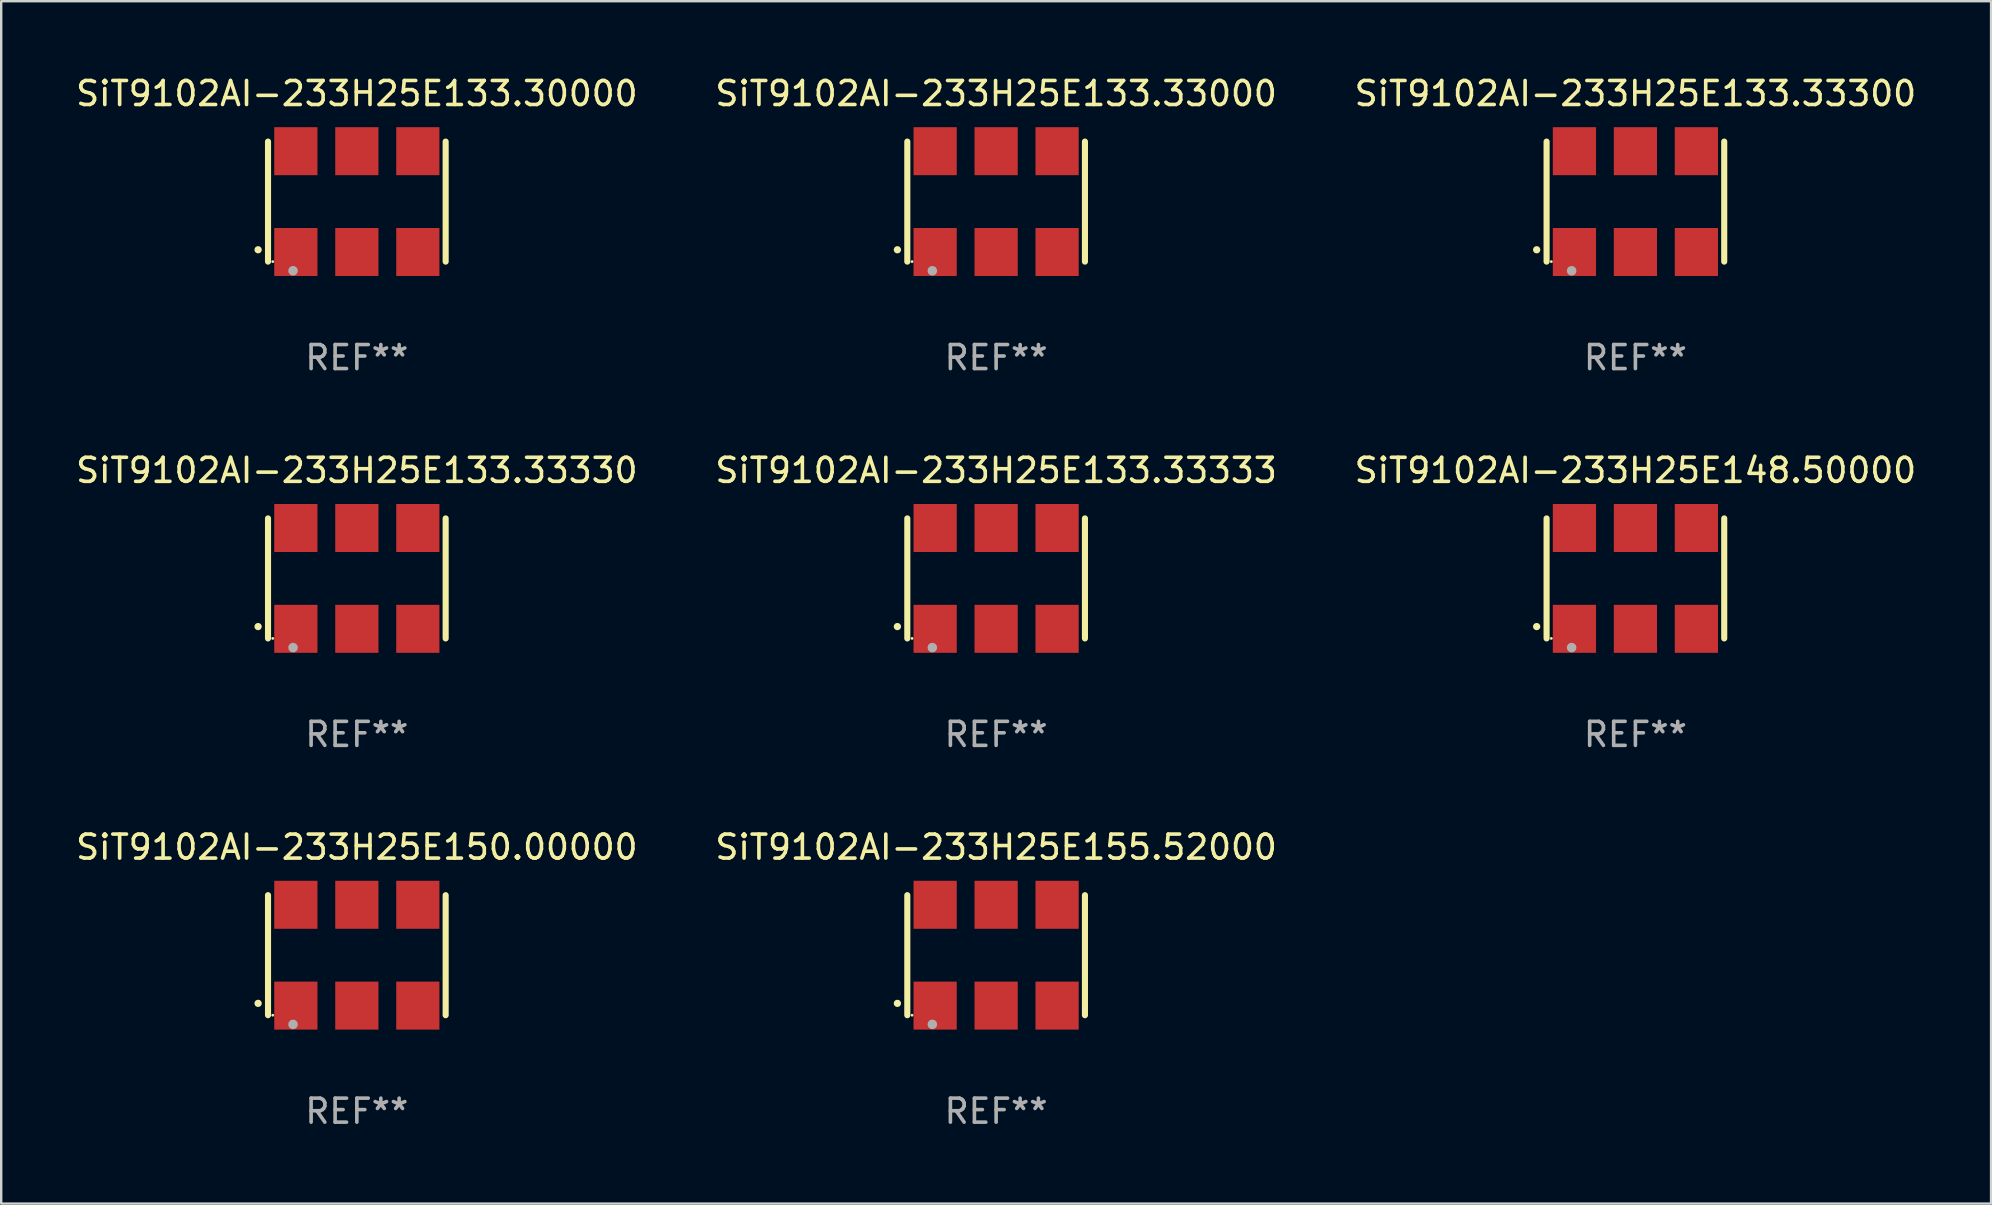
<source format=kicad_pcb>
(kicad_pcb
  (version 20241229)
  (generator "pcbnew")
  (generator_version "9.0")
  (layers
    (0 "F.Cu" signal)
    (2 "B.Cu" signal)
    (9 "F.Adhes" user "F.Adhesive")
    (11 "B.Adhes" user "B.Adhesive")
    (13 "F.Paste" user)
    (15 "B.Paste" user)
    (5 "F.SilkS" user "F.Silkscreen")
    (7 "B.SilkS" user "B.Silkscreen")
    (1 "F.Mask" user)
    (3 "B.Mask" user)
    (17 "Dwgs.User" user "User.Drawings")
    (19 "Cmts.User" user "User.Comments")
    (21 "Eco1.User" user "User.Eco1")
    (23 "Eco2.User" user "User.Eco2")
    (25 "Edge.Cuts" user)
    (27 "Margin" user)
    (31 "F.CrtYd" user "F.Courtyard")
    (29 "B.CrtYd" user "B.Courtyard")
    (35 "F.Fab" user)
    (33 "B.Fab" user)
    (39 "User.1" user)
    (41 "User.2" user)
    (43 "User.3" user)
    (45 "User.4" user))
  (footprint "SiT9102AI-233H25E133.33330"
    (layer "F.Cu")
    (at 11.815 21.045)
    (property "Reference" "SiT9102AI-233H25E133.33330" (at 0 -4.5 0) (layer "F.SilkS") (effects (font (size 1 1) (thickness 0.15))))
    (attr through_hole)
    (fp_line (start -3.7 -2.5) (end -3.7 2.5) (stroke (width 0.254) (type solid)) (layer "F.SilkS"))
    (fp_line (start 3.7 -2.5) (end 3.7 2.5) (stroke (width 0.254) (type solid)) (layer "F.SilkS"))
    (fp_arc (start -4.114415 2.006604) (mid -4.113145 2.006599) (end -4.111875 2.006604) (stroke (width 0.3) (type solid)) (layer "F.SilkS"))
    (fp_circle (center -3.502 2.5) (end -3.472 2.5) (stroke (width 0.06) (type solid)) (fill no) (layer "F.SilkS"))
    (fp_circle (center -2.657 2.882) (end -2.557 2.882) (stroke (width 0.2) (type solid)) (fill no) (layer "F.Fab"))
    (fp_text user "REF**" (at 0 6.5 0) (layer "F.Fab") (effects (font (size 1 1) (thickness 0.15))))
    (pad "1" smd rect (at -2.54 2.1) (size 1.8 2) (layers "F.Cu" "F.Mask" "F.Paste"))
    (pad "2" smd rect (at 0.000394 2.1) (size 1.8 2) (layers "F.Cu" "F.Mask" "F.Paste"))
    (pad "3" smd rect (at 2.54 2.1) (size 1.8 2) (layers "F.Cu" "F.Mask" "F.Paste"))
    (pad "4" smd rect (at 2.54 -2.1) (size 1.8 2) (layers "F.Cu" "F.Mask" "F.Paste"))
    (pad "5" smd rect (at 0.000394 -2.1) (size 1.8 2) (layers "F.Cu" "F.Mask" "F.Paste"))
    (pad "6" smd rect (at -2.54 -2.1) (size 1.8 2) (layers "F.Cu" "F.Mask" "F.Paste")))
  (footprint "SiT9102AI-233H25E133.30000"
    (layer "F.Cu")
    (at 11.815 5.348)
    (property "Reference" "SiT9102AI-233H25E133.30000" (at 0 -4.5 0) (layer "F.SilkS") (effects (font (size 1 1) (thickness 0.15))))
    (attr through_hole)
    (fp_line (start -3.7 -2.5) (end -3.7 2.5) (stroke (width 0.254) (type solid)) (layer "F.SilkS"))
    (fp_line (start 3.7 -2.5) (end 3.7 2.5) (stroke (width 0.254) (type solid)) (layer "F.SilkS"))
    (fp_arc (start -4.114415 2.006604) (mid -4.113145 2.006599) (end -4.111875 2.006604) (stroke (width 0.3) (type solid)) (layer "F.SilkS"))
    (fp_circle (center -3.502 2.5) (end -3.472 2.5) (stroke (width 0.06) (type solid)) (fill no) (layer "F.SilkS"))
    (fp_circle (center -2.657 2.882) (end -2.557 2.882) (stroke (width 0.2) (type solid)) (fill no) (layer "F.Fab"))
    (fp_text user "REF**" (at 0 6.5 0) (layer "F.Fab") (effects (font (size 1 1) (thickness 0.15))))
    (pad "1" smd rect (at -2.54 2.1) (size 1.8 2) (layers "F.Cu" "F.Mask" "F.Paste"))
    (pad "2" smd rect (at 0.000394 2.1) (size 1.8 2) (layers "F.Cu" "F.Mask" "F.Paste"))
    (pad "3" smd rect (at 2.54 2.1) (size 1.8 2) (layers "F.Cu" "F.Mask" "F.Paste"))
    (pad "4" smd rect (at 2.54 -2.1) (size 1.8 2) (layers "F.Cu" "F.Mask" "F.Paste"))
    (pad "5" smd rect (at 0.000394 -2.1) (size 1.8 2) (layers "F.Cu" "F.Mask" "F.Paste"))
    (pad "6" smd rect (at -2.54 -2.1) (size 1.8 2) (layers "F.Cu" "F.Mask" "F.Paste")))
  (footprint "SiT9102AI-233H25E133.33300"
    (layer "F.Cu")
    (at 65.077 5.348)
    (property "Reference" "SiT9102AI-233H25E133.33300" (at 0 -4.5 0) (layer "F.SilkS") (effects (font (size 1 1) (thickness 0.15))))
    (attr through_hole)
    (fp_line (start -3.7 -2.5) (end -3.7 2.5) (stroke (width 0.254) (type solid)) (layer "F.SilkS"))
    (fp_line (start 3.7 -2.5) (end 3.7 2.5) (stroke (width 0.254) (type solid)) (layer "F.SilkS"))
    (fp_arc (start -4.114415 2.006604) (mid -4.113145 2.006599) (end -4.111875 2.006604) (stroke (width 0.3) (type solid)) (layer "F.SilkS"))
    (fp_circle (center -3.502 2.5) (end -3.472 2.5) (stroke (width 0.06) (type solid)) (fill no) (layer "F.SilkS"))
    (fp_circle (center -2.657 2.882) (end -2.557 2.882) (stroke (width 0.2) (type solid)) (fill no) (layer "F.Fab"))
    (fp_text user "REF**" (at 0 6.5 0) (layer "F.Fab") (effects (font (size 1 1) (thickness 0.15))))
    (pad "1" smd rect (at -2.54 2.1) (size 1.8 2) (layers "F.Cu" "F.Mask" "F.Paste"))
    (pad "2" smd rect (at 0.000394 2.1) (size 1.8 2) (layers "F.Cu" "F.Mask" "F.Paste"))
    (pad "3" smd rect (at 2.54 2.1) (size 1.8 2) (layers "F.Cu" "F.Mask" "F.Paste"))
    (pad "4" smd rect (at 2.54 -2.1) (size 1.8 2) (layers "F.Cu" "F.Mask" "F.Paste"))
    (pad "5" smd rect (at 0.000394 -2.1) (size 1.8 2) (layers "F.Cu" "F.Mask" "F.Paste"))
    (pad "6" smd rect (at -2.54 -2.1) (size 1.8 2) (layers "F.Cu" "F.Mask" "F.Paste")))
  (footprint "SiT9102AI-233H25E148.50000"
    (layer "F.Cu")
    (at 65.077 21.045)
    (property "Reference" "SiT9102AI-233H25E148.50000" (at 0 -4.5 0) (layer "F.SilkS") (effects (font (size 1 1) (thickness 0.15))))
    (attr through_hole)
    (fp_line (start -3.7 -2.5) (end -3.7 2.5) (stroke (width 0.254) (type solid)) (layer "F.SilkS"))
    (fp_line (start 3.7 -2.5) (end 3.7 2.5) (stroke (width 0.254) (type solid)) (layer "F.SilkS"))
    (fp_arc (start -4.114415 2.006604) (mid -4.113145 2.006599) (end -4.111875 2.006604) (stroke (width 0.3) (type solid)) (layer "F.SilkS"))
    (fp_circle (center -3.502 2.5) (end -3.472 2.5) (stroke (width 0.06) (type solid)) (fill no) (layer "F.SilkS"))
    (fp_circle (center -2.657 2.882) (end -2.557 2.882) (stroke (width 0.2) (type solid)) (fill no) (layer "F.Fab"))
    (fp_text user "REF**" (at 0 6.5 0) (layer "F.Fab") (effects (font (size 1 1) (thickness 0.15))))
    (pad "1" smd rect (at -2.54 2.1) (size 1.8 2) (layers "F.Cu" "F.Mask" "F.Paste"))
    (pad "2" smd rect (at 0.000394 2.1) (size 1.8 2) (layers "F.Cu" "F.Mask" "F.Paste"))
    (pad "3" smd rect (at 2.54 2.1) (size 1.8 2) (layers "F.Cu" "F.Mask" "F.Paste"))
    (pad "4" smd rect (at 2.54 -2.1) (size 1.8 2) (layers "F.Cu" "F.Mask" "F.Paste"))
    (pad "5" smd rect (at 0.000394 -2.1) (size 1.8 2) (layers "F.Cu" "F.Mask" "F.Paste"))
    (pad "6" smd rect (at -2.54 -2.1) (size 1.8 2) (layers "F.Cu" "F.Mask" "F.Paste")))
  (footprint "SiT9102AI-233H25E155.52000"
    (layer "F.Cu")
    (at 38.446 36.741)
    (property "Reference" "SiT9102AI-233H25E155.52000" (at 0 -4.5 0) (layer "F.SilkS") (effects (font (size 1 1) (thickness 0.15))))
    (attr through_hole)
    (fp_line (start -3.7 -2.5) (end -3.7 2.5) (stroke (width 0.254) (type solid)) (layer "F.SilkS"))
    (fp_line (start 3.7 -2.5) (end 3.7 2.5) (stroke (width 0.254) (type solid)) (layer "F.SilkS"))
    (fp_arc (start -4.114415 2.006604) (mid -4.113145 2.006599) (end -4.111875 2.006604) (stroke (width 0.3) (type solid)) (layer "F.SilkS"))
    (fp_circle (center -3.502 2.5) (end -3.472 2.5) (stroke (width 0.06) (type solid)) (fill no) (layer "F.SilkS"))
    (fp_circle (center -2.657 2.882) (end -2.557 2.882) (stroke (width 0.2) (type solid)) (fill no) (layer "F.Fab"))
    (fp_text user "REF**" (at 0 6.5 0) (layer "F.Fab") (effects (font (size 1 1) (thickness 0.15))))
    (pad "1" smd rect (at -2.54 2.1) (size 1.8 2) (layers "F.Cu" "F.Mask" "F.Paste"))
    (pad "2" smd rect (at 0.000394 2.1) (size 1.8 2) (layers "F.Cu" "F.Mask" "F.Paste"))
    (pad "3" smd rect (at 2.54 2.1) (size 1.8 2) (layers "F.Cu" "F.Mask" "F.Paste"))
    (pad "4" smd rect (at 2.54 -2.1) (size 1.8 2) (layers "F.Cu" "F.Mask" "F.Paste"))
    (pad "5" smd rect (at 0.000394 -2.1) (size 1.8 2) (layers "F.Cu" "F.Mask" "F.Paste"))
    (pad "6" smd rect (at -2.54 -2.1) (size 1.8 2) (layers "F.Cu" "F.Mask" "F.Paste")))
  (footprint "SiT9102AI-233H25E133.33000"
    (layer "F.Cu")
    (at 38.446 5.348)
    (property "Reference" "SiT9102AI-233H25E133.33000" (at 0 -4.5 0) (layer "F.SilkS") (effects (font (size 1 1) (thickness 0.15))))
    (attr through_hole)
    (fp_line (start -3.7 -2.5) (end -3.7 2.5) (stroke (width 0.254) (type solid)) (layer "F.SilkS"))
    (fp_line (start 3.7 -2.5) (end 3.7 2.5) (stroke (width 0.254) (type solid)) (layer "F.SilkS"))
    (fp_arc (start -4.114415 2.006604) (mid -4.113145 2.006599) (end -4.111875 2.006604) (stroke (width 0.3) (type solid)) (layer "F.SilkS"))
    (fp_circle (center -3.502 2.5) (end -3.472 2.5) (stroke (width 0.06) (type solid)) (fill no) (layer "F.SilkS"))
    (fp_circle (center -2.657 2.882) (end -2.557 2.882) (stroke (width 0.2) (type solid)) (fill no) (layer "F.Fab"))
    (fp_text user "REF**" (at 0 6.5 0) (layer "F.Fab") (effects (font (size 1 1) (thickness 0.15))))
    (pad "1" smd rect (at -2.54 2.1) (size 1.8 2) (layers "F.Cu" "F.Mask" "F.Paste"))
    (pad "2" smd rect (at 0.000394 2.1) (size 1.8 2) (layers "F.Cu" "F.Mask" "F.Paste"))
    (pad "3" smd rect (at 2.54 2.1) (size 1.8 2) (layers "F.Cu" "F.Mask" "F.Paste"))
    (pad "4" smd rect (at 2.54 -2.1) (size 1.8 2) (layers "F.Cu" "F.Mask" "F.Paste"))
    (pad "5" smd rect (at 0.000394 -2.1) (size 1.8 2) (layers "F.Cu" "F.Mask" "F.Paste"))
    (pad "6" smd rect (at -2.54 -2.1) (size 1.8 2) (layers "F.Cu" "F.Mask" "F.Paste")))
  (footprint "SiT9102AI-233H25E150.00000"
    (layer "F.Cu")
    (at 11.815 36.741)
    (property "Reference" "SiT9102AI-233H25E150.00000" (at 0 -4.5 0) (layer "F.SilkS") (effects (font (size 1 1) (thickness 0.15))))
    (attr through_hole)
    (fp_line (start -3.7 -2.5) (end -3.7 2.5) (stroke (width 0.254) (type solid)) (layer "F.SilkS"))
    (fp_line (start 3.7 -2.5) (end 3.7 2.5) (stroke (width 0.254) (type solid)) (layer "F.SilkS"))
    (fp_arc (start -4.114415 2.006604) (mid -4.113145 2.006599) (end -4.111875 2.006604) (stroke (width 0.3) (type solid)) (layer "F.SilkS"))
    (fp_circle (center -3.502 2.5) (end -3.472 2.5) (stroke (width 0.06) (type solid)) (fill no) (layer "F.SilkS"))
    (fp_circle (center -2.657 2.882) (end -2.557 2.882) (stroke (width 0.2) (type solid)) (fill no) (layer "F.Fab"))
    (fp_text user "REF**" (at 0 6.5 0) (layer "F.Fab") (effects (font (size 1 1) (thickness 0.15))))
    (pad "1" smd rect (at -2.54 2.1) (size 1.8 2) (layers "F.Cu" "F.Mask" "F.Paste"))
    (pad "2" smd rect (at 0.000394 2.1) (size 1.8 2) (layers "F.Cu" "F.Mask" "F.Paste"))
    (pad "3" smd rect (at 2.54 2.1) (size 1.8 2) (layers "F.Cu" "F.Mask" "F.Paste"))
    (pad "4" smd rect (at 2.54 -2.1) (size 1.8 2) (layers "F.Cu" "F.Mask" "F.Paste"))
    (pad "5" smd rect (at 0.000394 -2.1) (size 1.8 2) (layers "F.Cu" "F.Mask" "F.Paste"))
    (pad "6" smd rect (at -2.54 -2.1) (size 1.8 2) (layers "F.Cu" "F.Mask" "F.Paste")))
  (footprint "SiT9102AI-233H25E133.33333"
    (layer "F.Cu")
    (at 38.446 21.045)
    (property "Reference" "SiT9102AI-233H25E133.33333" (at 0 -4.5 0) (layer "F.SilkS") (effects (font (size 1 1) (thickness 0.15))))
    (attr through_hole)
    (fp_line (start -3.7 -2.5) (end -3.7 2.5) (stroke (width 0.254) (type solid)) (layer "F.SilkS"))
    (fp_line (start 3.7 -2.5) (end 3.7 2.5) (stroke (width 0.254) (type solid)) (layer "F.SilkS"))
    (fp_arc (start -4.114415 2.006604) (mid -4.113145 2.006599) (end -4.111875 2.006604) (stroke (width 0.3) (type solid)) (layer "F.SilkS"))
    (fp_circle (center -3.502 2.5) (end -3.472 2.5) (stroke (width 0.06) (type solid)) (fill no) (layer "F.SilkS"))
    (fp_circle (center -2.657 2.882) (end -2.557 2.882) (stroke (width 0.2) (type solid)) (fill no) (layer "F.Fab"))
    (fp_text user "REF**" (at 0 6.5 0) (layer "F.Fab") (effects (font (size 1 1) (thickness 0.15))))
    (pad "1" smd rect (at -2.54 2.1) (size 1.8 2) (layers "F.Cu" "F.Mask" "F.Paste"))
    (pad "2" smd rect (at 0.000394 2.1) (size 1.8 2) (layers "F.Cu" "F.Mask" "F.Paste"))
    (pad "3" smd rect (at 2.54 2.1) (size 1.8 2) (layers "F.Cu" "F.Mask" "F.Paste"))
    (pad "4" smd rect (at 2.54 -2.1) (size 1.8 2) (layers "F.Cu" "F.Mask" "F.Paste"))
    (pad "5" smd rect (at 0.000394 -2.1) (size 1.8 2) (layers "F.Cu" "F.Mask" "F.Paste"))
    (pad "6" smd rect (at -2.54 -2.1) (size 1.8 2) (layers "F.Cu" "F.Mask" "F.Paste")))
  (gr_rect
    (start -3 -3)
    (end 79.893 47.09)
    (stroke (width 0.1) (type default))
    (fill no)
    (layer "Edge.Cuts")))
</source>
